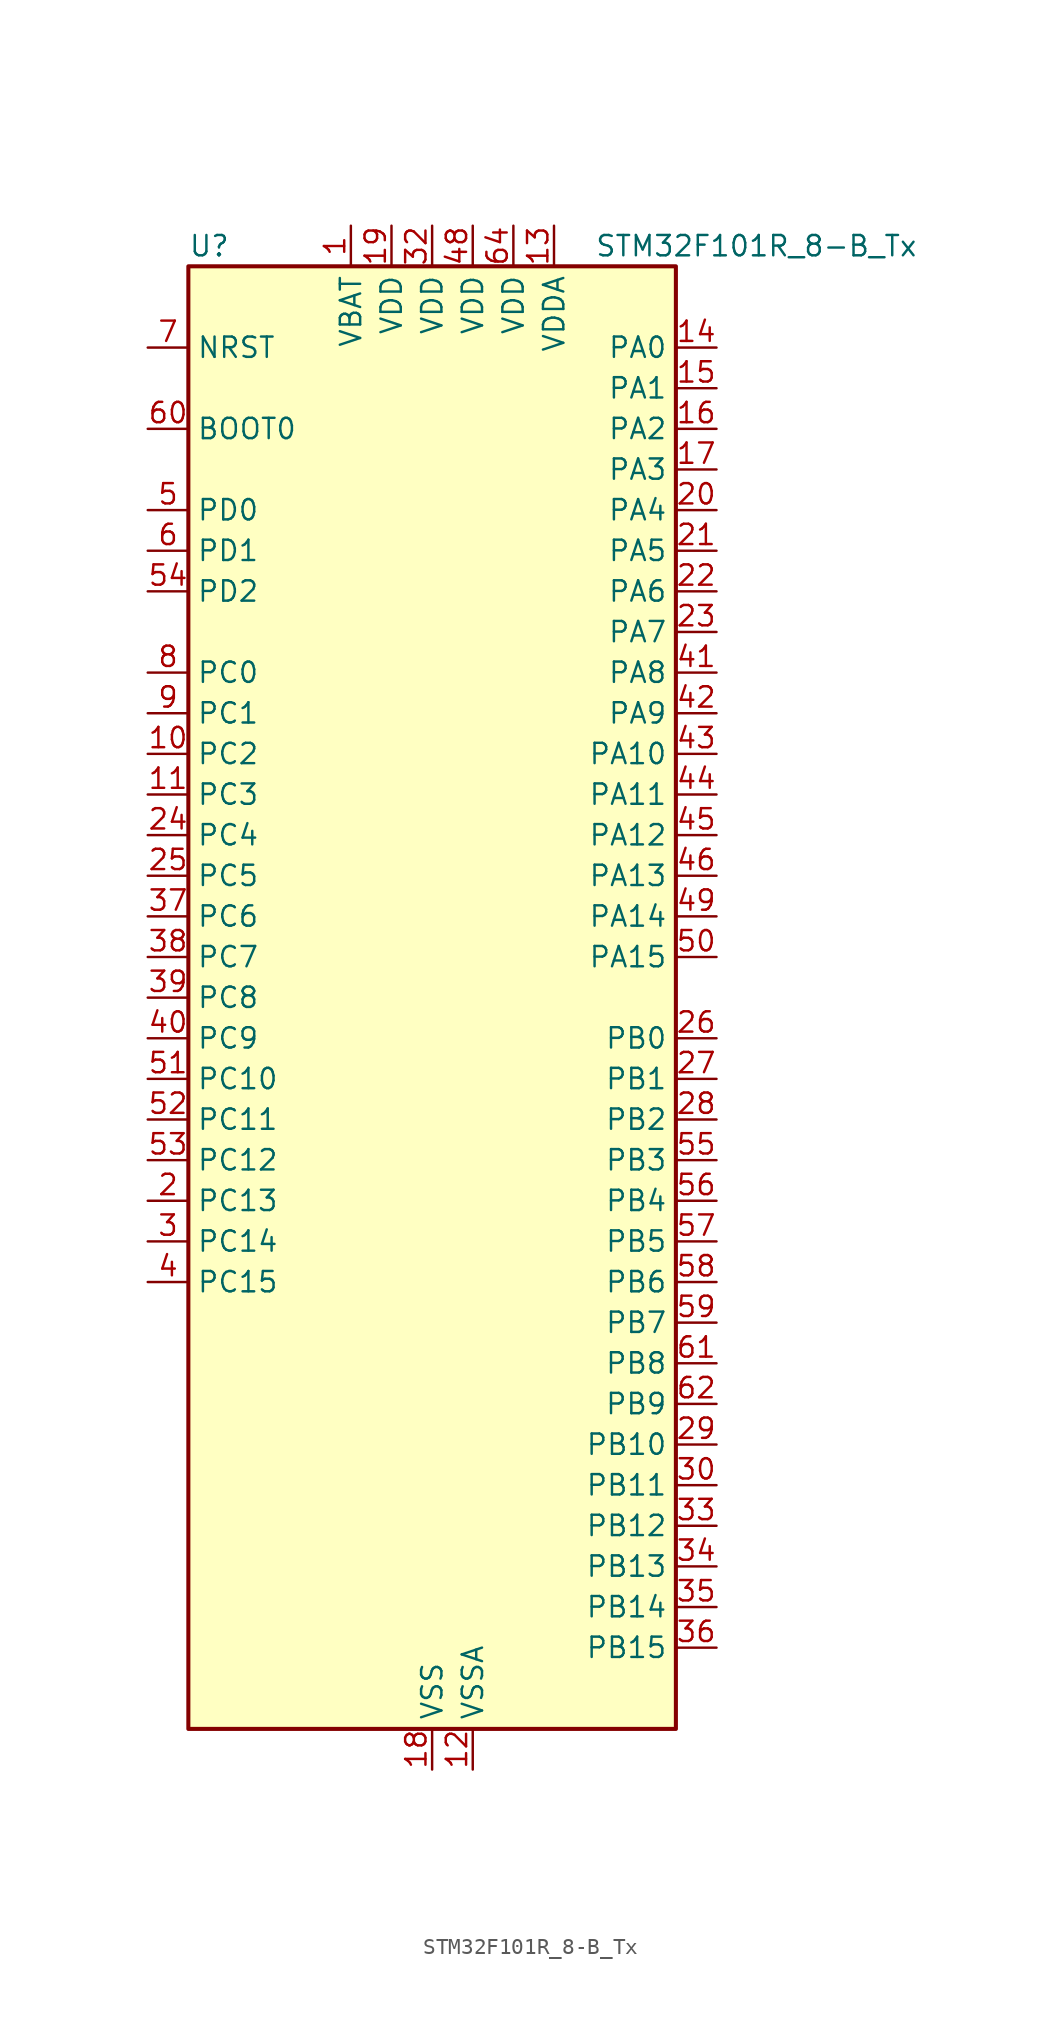
<source format=kicad_sym>
(kicad_symbol_lib
  (version 20241209)
  (generator "kicad_symbol_editor")
  (generator_version "9.0")
  (symbol "STM32F101R_8-B_Tx"
    (property "Reference" "U"
      (at -15.24 46.99 0)
      (effects (font (size 1.27 1.27)) (justify left)))
    (property "Value" "STM32F101R_8-B_Tx"
      (at 10.16 46.99 0)
      (effects (font (size 1.27 1.27)) (justify left)))
    (symbol "STM32F101R_8-B_Tx_0_1"
      (rectangle (start -15.24 -45.72) (end 15.24 45.72) (stroke (width 0.254) (type default)) (fill (type background))))
    (symbol "STM32F101R_8-B_Tx_1_1"
      (pin input line (at -17.78 40.64 0) (length 2.54) (name "NRST" (effects (font (size 1.27 1.27)))) (number "7" (effects (font (size 1.27 1.27)))))
      (pin input line (at -17.78 35.56 0) (length 2.54) (name "BOOT0" (effects (font (size 1.27 1.27)))) (number "60" (effects (font (size 1.27 1.27)))))
      (pin bidirectional line (at -17.78 30.48 0) (length 2.54) (name "PD0" (effects (font (size 1.27 1.27)))) (number "5" (effects (font (size 1.27 1.27)))) (alternate "RCC_OSC_IN" bidirectional line))
      (pin bidirectional line (at -17.78 27.94 0) (length 2.54) (name "PD1" (effects (font (size 1.27 1.27)))) (number "6" (effects (font (size 1.27 1.27)))) (alternate "RCC_OSC_OUT" bidirectional line))
      (pin bidirectional line (at -17.78 25.4 0) (length 2.54) (name "PD2" (effects (font (size 1.27 1.27)))) (number "54" (effects (font (size 1.27 1.27)))) (alternate "TIM3_ETR" bidirectional line))
      (pin bidirectional line (at -17.78 20.32 0) (length 2.54) (name "PC0" (effects (font (size 1.27 1.27)))) (number "8" (effects (font (size 1.27 1.27)))) (alternate "ADC1_IN10" bidirectional line))
      (pin bidirectional line (at -17.78 17.78 0) (length 2.54) (name "PC1" (effects (font (size 1.27 1.27)))) (number "9" (effects (font (size 1.27 1.27)))) (alternate "ADC1_IN11" bidirectional line))
      (pin bidirectional line (at -17.78 15.24 0) (length 2.54) (name "PC2" (effects (font (size 1.27 1.27)))) (number "10" (effects (font (size 1.27 1.27)))) (alternate "ADC1_IN12" bidirectional line))
      (pin bidirectional line (at -17.78 12.7 0) (length 2.54) (name "PC3" (effects (font (size 1.27 1.27)))) (number "11" (effects (font (size 1.27 1.27)))) (alternate "ADC1_IN13" bidirectional line))
      (pin bidirectional line (at -17.78 10.16 0) (length 2.54) (name "PC4" (effects (font (size 1.27 1.27)))) (number "24" (effects (font (size 1.27 1.27)))) (alternate "ADC1_IN14" bidirectional line))
      (pin bidirectional line (at -17.78 7.62 0) (length 2.54) (name "PC5" (effects (font (size 1.27 1.27)))) (number "25" (effects (font (size 1.27 1.27)))) (alternate "ADC1_IN15" bidirectional line))
      (pin bidirectional line (at -17.78 5.08 0) (length 2.54) (name "PC6" (effects (font (size 1.27 1.27)))) (number "37" (effects (font (size 1.27 1.27)))) (alternate "TIM3_CH1" bidirectional line))
      (pin bidirectional line (at -17.78 2.54 0) (length 2.54) (name "PC7" (effects (font (size 1.27 1.27)))) (number "38" (effects (font (size 1.27 1.27)))) (alternate "TIM3_CH2" bidirectional line))
      (pin bidirectional line (at -17.78 0 0) (length 2.54) (name "PC8" (effects (font (size 1.27 1.27)))) (number "39" (effects (font (size 1.27 1.27)))) (alternate "TIM3_CH3" bidirectional line))
      (pin bidirectional line (at -17.78 -2.54 0) (length 2.54) (name "PC9" (effects (font (size 1.27 1.27)))) (number "40" (effects (font (size 1.27 1.27)))) (alternate "TIM3_CH4" bidirectional line))
      (pin bidirectional line (at -17.78 -5.08 0) (length 2.54) (name "PC10" (effects (font (size 1.27 1.27)))) (number "51" (effects (font (size 1.27 1.27)))) (alternate "USART3_TX" bidirectional line))
      (pin bidirectional line (at -17.78 -7.62 0) (length 2.54) (name "PC11" (effects (font (size 1.27 1.27)))) (number "52" (effects (font (size 1.27 1.27)))) (alternate "ADC1_EXTI11" bidirectional line) (alternate "USART3_RX" bidirectional line))
      (pin bidirectional line (at -17.78 -10.16 0) (length 2.54) (name "PC12" (effects (font (size 1.27 1.27)))) (number "53" (effects (font (size 1.27 1.27)))) (alternate "USART3_CK" bidirectional line))
      (pin bidirectional line (at -17.78 -12.7 0) (length 2.54) (name "PC13" (effects (font (size 1.27 1.27)))) (number "2" (effects (font (size 1.27 1.27)))) (alternate "RTC_OUT" bidirectional line) (alternate "RTC_TAMPER" bidirectional line))
      (pin bidirectional line (at -17.78 -15.24 0) (length 2.54) (name "PC14" (effects (font (size 1.27 1.27)))) (number "3" (effects (font (size 1.27 1.27)))) (alternate "RCC_OSC32_IN" bidirectional line))
      (pin bidirectional line (at -17.78 -17.78 0) (length 2.54) (name "PC15" (effects (font (size 1.27 1.27)))) (number "4" (effects (font (size 1.27 1.27)))) (alternate "ADC1_EXTI15" bidirectional line) (alternate "RCC_OSC32_OUT" bidirectional line))
      (pin power_in line (at -5.08 48.26 270) (length 2.54) (name "VBAT" (effects (font (size 1.27 1.27)))) (number "1" (effects (font (size 1.27 1.27)))))
      (pin power_in line (at -2.54 48.26 270) (length 2.54) (name "VDD" (effects (font (size 1.27 1.27)))) (number "19" (effects (font (size 1.27 1.27)))))
      (pin power_in line (at 0 48.26 270) (length 2.54) (name "VDD" (effects (font (size 1.27 1.27)))) (number "32" (effects (font (size 1.27 1.27)))))
      (pin power_in line (at 0 -48.26 90) (length 2.54) (name "VSS" (effects (font (size 1.27 1.27)))) (number "18" (effects (font (size 1.27 1.27)))))
      (pin passive line (at 0 -48.26 90) (length 2.54) (hide yes) (name "VSS" (effects (font (size 1.27 1.27)))) (number "31" (effects (font (size 1.27 1.27)))))
      (pin passive line (at 0 -48.26 90) (length 2.54) (hide yes) (name "VSS" (effects (font (size 1.27 1.27)))) (number "47" (effects (font (size 1.27 1.27)))))
      (pin passive line (at 0 -48.26 90) (length 2.54) (hide yes) (name "VSS" (effects (font (size 1.27 1.27)))) (number "63" (effects (font (size 1.27 1.27)))))
      (pin power_in line (at 2.54 48.26 270) (length 2.54) (name "VDD" (effects (font (size 1.27 1.27)))) (number "48" (effects (font (size 1.27 1.27)))))
      (pin power_in line (at 2.54 -48.26 90) (length 2.54) (name "VSSA" (effects (font (size 1.27 1.27)))) (number "12" (effects (font (size 1.27 1.27)))))
      (pin power_in line (at 5.08 48.26 270) (length 2.54) (name "VDD" (effects (font (size 1.27 1.27)))) (number "64" (effects (font (size 1.27 1.27)))))
      (pin power_in line (at 7.62 48.26 270) (length 2.54) (name "VDDA" (effects (font (size 1.27 1.27)))) (number "13" (effects (font (size 1.27 1.27)))))
      (pin bidirectional line (at 17.78 40.64 180) (length 2.54) (name "PA0" (effects (font (size 1.27 1.27)))) (number "14" (effects (font (size 1.27 1.27)))) (alternate "ADC1_IN0" bidirectional line) (alternate "SYS_WKUP" bidirectional line) (alternate "TIM2_CH1" bidirectional line) (alternate "TIM2_ETR" bidirectional line) (alternate "USART2_CTS" bidirectional line))
      (pin bidirectional line (at 17.78 38.1 180) (length 2.54) (name "PA1" (effects (font (size 1.27 1.27)))) (number "15" (effects (font (size 1.27 1.27)))) (alternate "ADC1_IN1" bidirectional line) (alternate "TIM2_CH2" bidirectional line) (alternate "USART2_RTS" bidirectional line))
      (pin bidirectional line (at 17.78 35.56 180) (length 2.54) (name "PA2" (effects (font (size 1.27 1.27)))) (number "16" (effects (font (size 1.27 1.27)))) (alternate "ADC1_IN2" bidirectional line) (alternate "TIM2_CH3" bidirectional line) (alternate "USART2_TX" bidirectional line))
      (pin bidirectional line (at 17.78 33.02 180) (length 2.54) (name "PA3" (effects (font (size 1.27 1.27)))) (number "17" (effects (font (size 1.27 1.27)))) (alternate "ADC1_IN3" bidirectional line) (alternate "TIM2_CH4" bidirectional line) (alternate "USART2_RX" bidirectional line))
      (pin bidirectional line (at 17.78 30.48 180) (length 2.54) (name "PA4" (effects (font (size 1.27 1.27)))) (number "20" (effects (font (size 1.27 1.27)))) (alternate "ADC1_IN4" bidirectional line) (alternate "SPI1_NSS" bidirectional line) (alternate "USART2_CK" bidirectional line))
      (pin bidirectional line (at 17.78 27.94 180) (length 2.54) (name "PA5" (effects (font (size 1.27 1.27)))) (number "21" (effects (font (size 1.27 1.27)))) (alternate "ADC1_IN5" bidirectional line) (alternate "SPI1_SCK" bidirectional line))
      (pin bidirectional line (at 17.78 25.4 180) (length 2.54) (name "PA6" (effects (font (size 1.27 1.27)))) (number "22" (effects (font (size 1.27 1.27)))) (alternate "ADC1_IN6" bidirectional line) (alternate "SPI1_MISO" bidirectional line) (alternate "TIM3_CH1" bidirectional line))
      (pin bidirectional line (at 17.78 22.86 180) (length 2.54) (name "PA7" (effects (font (size 1.27 1.27)))) (number "23" (effects (font (size 1.27 1.27)))) (alternate "ADC1_IN7" bidirectional line) (alternate "SPI1_MOSI" bidirectional line) (alternate "TIM3_CH2" bidirectional line))
      (pin bidirectional line (at 17.78 20.32 180) (length 2.54) (name "PA8" (effects (font (size 1.27 1.27)))) (number "41" (effects (font (size 1.27 1.27)))) (alternate "RCC_MCO" bidirectional line) (alternate "USART1_CK" bidirectional line))
      (pin bidirectional line (at 17.78 17.78 180) (length 2.54) (name "PA9" (effects (font (size 1.27 1.27)))) (number "42" (effects (font (size 1.27 1.27)))) (alternate "USART1_TX" bidirectional line))
      (pin bidirectional line (at 17.78 15.24 180) (length 2.54) (name "PA10" (effects (font (size 1.27 1.27)))) (number "43" (effects (font (size 1.27 1.27)))) (alternate "USART1_RX" bidirectional line))
      (pin bidirectional line (at 17.78 12.7 180) (length 2.54) (name "PA11" (effects (font (size 1.27 1.27)))) (number "44" (effects (font (size 1.27 1.27)))) (alternate "ADC1_EXTI11" bidirectional line) (alternate "USART1_CTS" bidirectional line))
      (pin bidirectional line (at 17.78 10.16 180) (length 2.54) (name "PA12" (effects (font (size 1.27 1.27)))) (number "45" (effects (font (size 1.27 1.27)))) (alternate "USART1_RTS" bidirectional line))
      (pin bidirectional line (at 17.78 7.62 180) (length 2.54) (name "PA13" (effects (font (size 1.27 1.27)))) (number "46" (effects (font (size 1.27 1.27)))) (alternate "SYS_JTMS-SWDIO" bidirectional line))
      (pin bidirectional line (at 17.78 5.08 180) (length 2.54) (name "PA14" (effects (font (size 1.27 1.27)))) (number "49" (effects (font (size 1.27 1.27)))) (alternate "SYS_JTCK-SWCLK" bidirectional line))
      (pin bidirectional line (at 17.78 2.54 180) (length 2.54) (name "PA15" (effects (font (size 1.27 1.27)))) (number "50" (effects (font (size 1.27 1.27)))) (alternate "ADC1_EXTI15" bidirectional line) (alternate "SPI1_NSS" bidirectional line) (alternate "SYS_JTDI" bidirectional line) (alternate "TIM2_CH1" bidirectional line) (alternate "TIM2_ETR" bidirectional line))
      (pin bidirectional line (at 17.78 -2.54 180) (length 2.54) (name "PB0" (effects (font (size 1.27 1.27)))) (number "26" (effects (font (size 1.27 1.27)))) (alternate "ADC1_IN8" bidirectional line) (alternate "TIM3_CH3" bidirectional line))
      (pin bidirectional line (at 17.78 -5.08 180) (length 2.54) (name "PB1" (effects (font (size 1.27 1.27)))) (number "27" (effects (font (size 1.27 1.27)))) (alternate "ADC1_IN9" bidirectional line) (alternate "TIM3_CH4" bidirectional line))
      (pin bidirectional line (at 17.78 -7.62 180) (length 2.54) (name "PB2" (effects (font (size 1.27 1.27)))) (number "28" (effects (font (size 1.27 1.27)))))
      (pin bidirectional line (at 17.78 -10.16 180) (length 2.54) (name "PB3" (effects (font (size 1.27 1.27)))) (number "55" (effects (font (size 1.27 1.27)))) (alternate "SPI1_SCK" bidirectional line) (alternate "SYS_JTDO-TRACESWO" bidirectional line) (alternate "TIM2_CH2" bidirectional line))
      (pin bidirectional line (at 17.78 -12.7 180) (length 2.54) (name "PB4" (effects (font (size 1.27 1.27)))) (number "56" (effects (font (size 1.27 1.27)))) (alternate "SPI1_MISO" bidirectional line) (alternate "SYS_NJTRST" bidirectional line) (alternate "TIM3_CH1" bidirectional line))
      (pin bidirectional line (at 17.78 -15.24 180) (length 2.54) (name "PB5" (effects (font (size 1.27 1.27)))) (number "57" (effects (font (size 1.27 1.27)))) (alternate "I2C1_SMBA" bidirectional line) (alternate "SPI1_MOSI" bidirectional line) (alternate "TIM3_CH2" bidirectional line))
      (pin bidirectional line (at 17.78 -17.78 180) (length 2.54) (name "PB6" (effects (font (size 1.27 1.27)))) (number "58" (effects (font (size 1.27 1.27)))) (alternate "I2C1_SCL" bidirectional line) (alternate "TIM4_CH1" bidirectional line) (alternate "USART1_TX" bidirectional line))
      (pin bidirectional line (at 17.78 -20.32 180) (length 2.54) (name "PB7" (effects (font (size 1.27 1.27)))) (number "59" (effects (font (size 1.27 1.27)))) (alternate "I2C1_SDA" bidirectional line) (alternate "TIM4_CH2" bidirectional line) (alternate "USART1_RX" bidirectional line))
      (pin bidirectional line (at 17.78 -22.86 180) (length 2.54) (name "PB8" (effects (font (size 1.27 1.27)))) (number "61" (effects (font (size 1.27 1.27)))) (alternate "I2C1_SCL" bidirectional line) (alternate "TIM4_CH3" bidirectional line))
      (pin bidirectional line (at 17.78 -25.4 180) (length 2.54) (name "PB9" (effects (font (size 1.27 1.27)))) (number "62" (effects (font (size 1.27 1.27)))) (alternate "I2C1_SDA" bidirectional line) (alternate "TIM4_CH4" bidirectional line))
      (pin bidirectional line (at 17.78 -27.94 180) (length 2.54) (name "PB10" (effects (font (size 1.27 1.27)))) (number "29" (effects (font (size 1.27 1.27)))) (alternate "I2C2_SCL" bidirectional line) (alternate "TIM2_CH3" bidirectional line) (alternate "USART3_TX" bidirectional line))
      (pin bidirectional line (at 17.78 -30.48 180) (length 2.54) (name "PB11" (effects (font (size 1.27 1.27)))) (number "30" (effects (font (size 1.27 1.27)))) (alternate "ADC1_EXTI11" bidirectional line) (alternate "I2C2_SDA" bidirectional line) (alternate "TIM2_CH4" bidirectional line) (alternate "USART3_RX" bidirectional line))
      (pin bidirectional line (at 17.78 -33.02 180) (length 2.54) (name "PB12" (effects (font (size 1.27 1.27)))) (number "33" (effects (font (size 1.27 1.27)))) (alternate "I2C2_SMBA" bidirectional line) (alternate "SPI2_NSS" bidirectional line) (alternate "USART3_CK" bidirectional line))
      (pin bidirectional line (at 17.78 -35.56 180) (length 2.54) (name "PB13" (effects (font (size 1.27 1.27)))) (number "34" (effects (font (size 1.27 1.27)))) (alternate "SPI2_SCK" bidirectional line) (alternate "USART3_CTS" bidirectional line))
      (pin bidirectional line (at 17.78 -38.1 180) (length 2.54) (name "PB14" (effects (font (size 1.27 1.27)))) (number "35" (effects (font (size 1.27 1.27)))) (alternate "SPI2_MISO" bidirectional line) (alternate "USART3_RTS" bidirectional line))
      (pin bidirectional line (at 17.78 -40.64 180) (length 2.54) (name "PB15" (effects (font (size 1.27 1.27)))) (number "36" (effects (font (size 1.27 1.27)))) (alternate "ADC1_EXTI15" bidirectional line) (alternate "SPI2_MOSI" bidirectional line)))))
</source>
